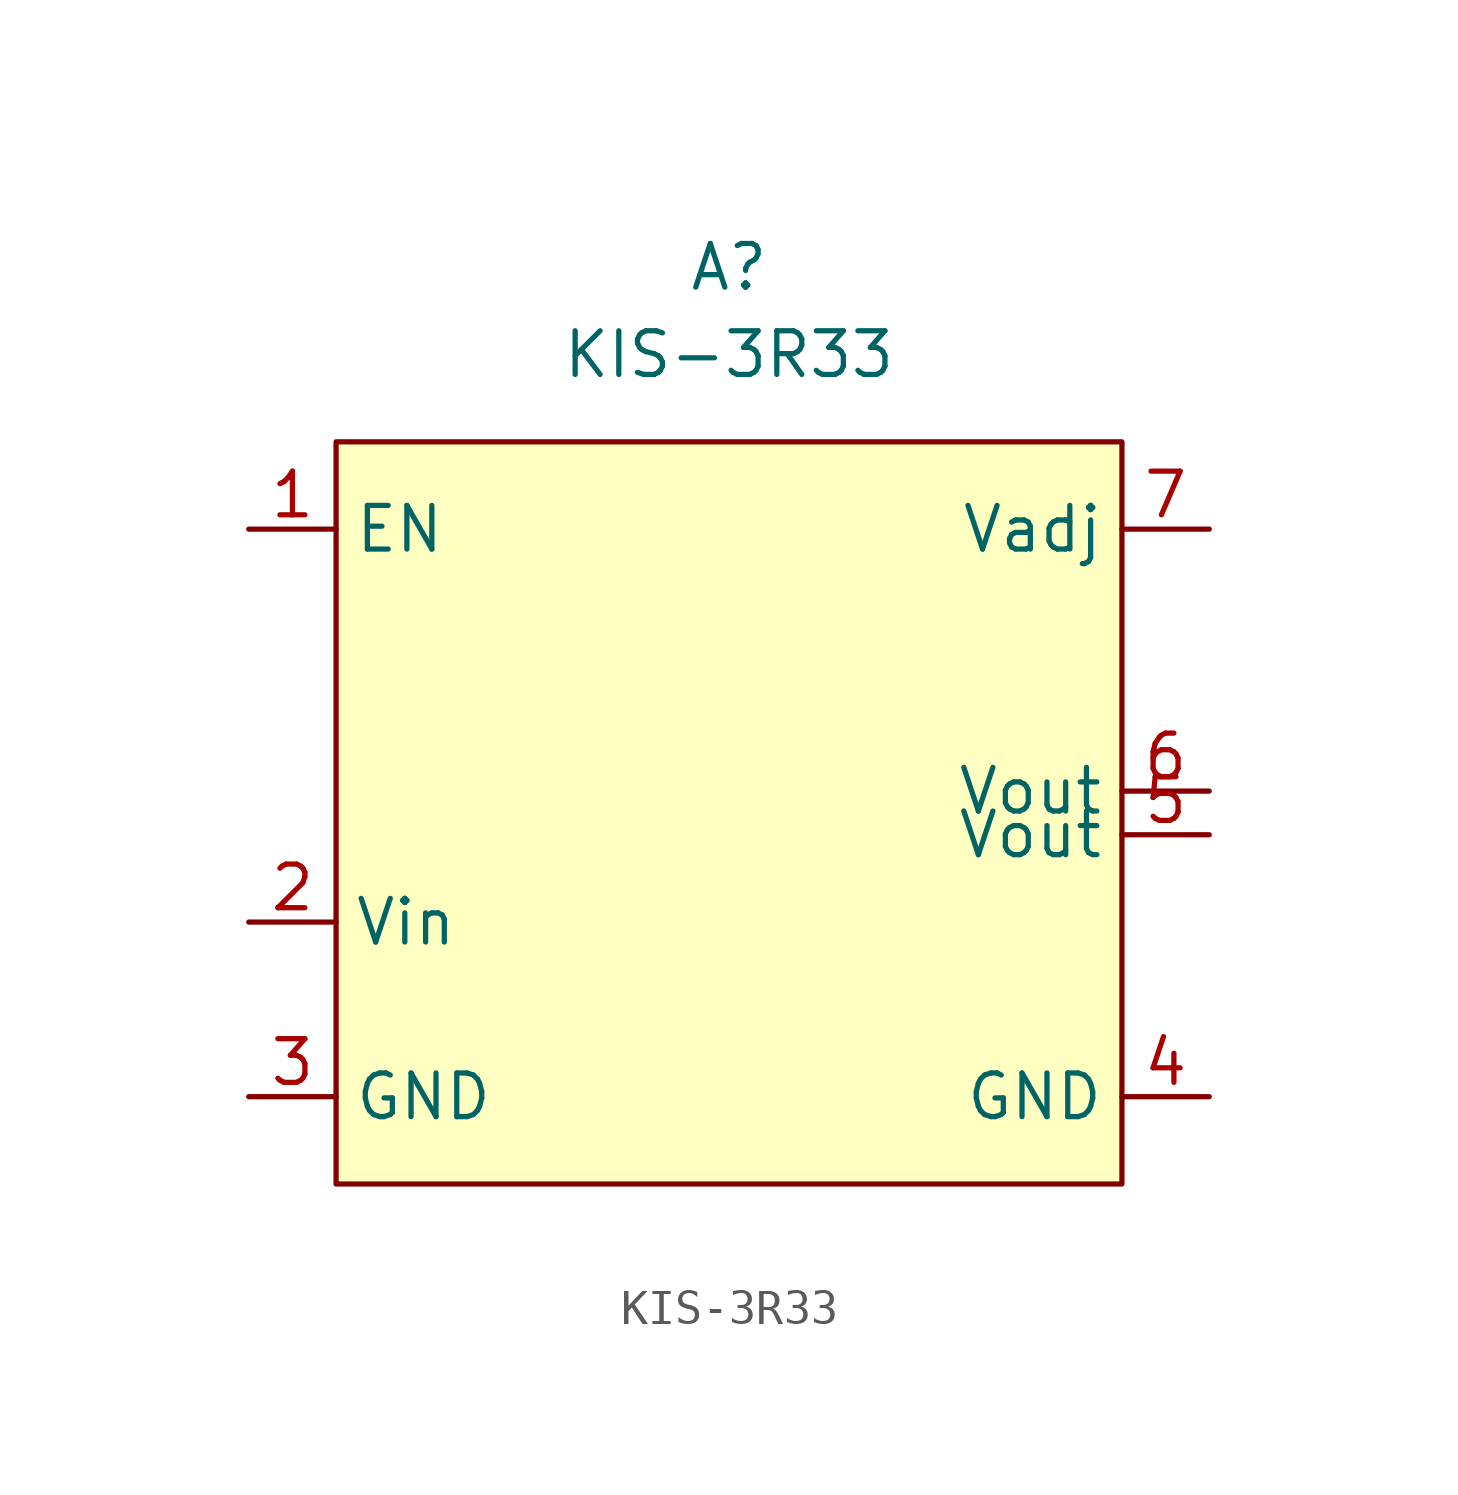
<source format=kicad_sym>
(kicad_symbol_lib
  (version 20211014)
  (generator kicad_symbol_editor)
  (symbol "KIS-3R33"
    (property "Reference" "A"
      (at 0 16.51 0)
      (effects (font (size 1.27 1.27))))
    (property "Value" "KIS-3R33"
      (at 0 13.97 0)
      (effects (font (size 1.27 1.27))))
    (symbol "KIS-3R33_0_1"
      (rectangle (start -11.43 11.43) (end 11.43 -10.16) (stroke (width 0) (type default) (color 0 0 0 0)) (fill (type background))))
    (symbol "KIS-3R33_1_1"
      (pin input line (at -13.97 8.89 0) (length 2.54) (name "EN" (effects (font (size 1.27 1.27)))) (number "1" (effects (font (size 1.27 1.27)))))
      (pin power_in line (at -13.97 -2.54 0) (length 2.54) (name "Vin" (effects (font (size 1.27 1.27)))) (number "2" (effects (font (size 1.27 1.27)))))
      (pin power_in line (at -13.97 -7.62 0) (length 2.54) (name "GND" (effects (font (size 1.27 1.27)))) (number "3" (effects (font (size 1.27 1.27)))))
      (pin power_out line (at 13.97 -7.62 180) (length 2.54) (name "GND" (effects (font (size 1.27 1.27)))) (number "4" (effects (font (size 1.27 1.27)))))
      (pin power_out line (at 13.97 0 180) (length 2.54) (name "Vout" (effects (font (size 1.27 1.27)))) (number "5" (effects (font (size 1.27 1.27)))))
      (pin power_out line (at 13.97 1.27 180) (length 2.54) (name "Vout" (effects (font (size 1.27 1.27)))) (number "6" (effects (font (size 1.27 1.27)))))
      (pin input line (at 13.97 8.89 180) (length 2.54) (name "Vadj" (effects (font (size 1.27 1.27)))) (number "7" (effects (font (size 1.27 1.27))))))))
</source>
